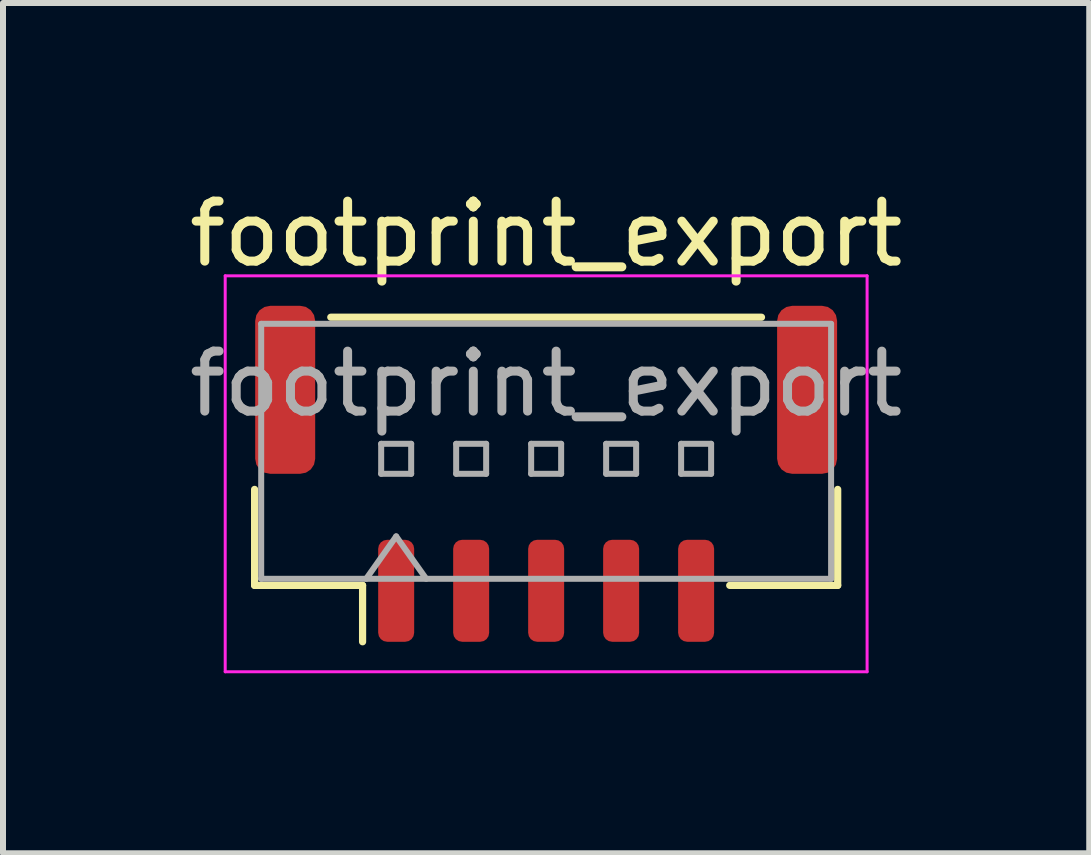
<source format=kicad_pcb>
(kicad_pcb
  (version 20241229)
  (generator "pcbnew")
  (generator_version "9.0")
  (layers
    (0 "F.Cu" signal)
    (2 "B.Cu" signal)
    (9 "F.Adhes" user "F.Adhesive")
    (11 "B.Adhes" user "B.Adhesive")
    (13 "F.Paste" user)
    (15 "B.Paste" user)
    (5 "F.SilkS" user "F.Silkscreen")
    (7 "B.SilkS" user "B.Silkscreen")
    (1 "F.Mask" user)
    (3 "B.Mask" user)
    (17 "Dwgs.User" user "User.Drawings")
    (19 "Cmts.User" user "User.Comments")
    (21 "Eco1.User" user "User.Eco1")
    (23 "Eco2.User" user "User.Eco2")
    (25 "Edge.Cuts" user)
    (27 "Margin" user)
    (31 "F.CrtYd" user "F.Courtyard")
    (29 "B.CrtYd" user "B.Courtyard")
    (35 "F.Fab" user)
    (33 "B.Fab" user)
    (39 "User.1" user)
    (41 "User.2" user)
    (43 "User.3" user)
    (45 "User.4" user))
  (footprint "footprint_export"
    (layer "F.Cu")
    (at 6.054 4.848)
    (property "Reference" "footprint_export" (at 0 -4 0) (layer "F.SilkS") (effects (font (size 1 1) (thickness 0.15))))
    (attr smd)
    (fp_line (start -4.86 0.26) (end -4.86 1.86) (stroke (width 0.12) (type solid)) (layer "F.SilkS"))
    (fp_line (start -4.86 1.86) (end -3.06 1.86) (stroke (width 0.12) (type solid)) (layer "F.SilkS"))
    (fp_line (start -3.59 -2.61) (end 3.59 -2.61) (stroke (width 0.12) (type solid)) (layer "F.SilkS"))
    (fp_line (start -3.06 1.86) (end -3.06 2.8) (stroke (width 0.12) (type solid)) (layer "F.SilkS"))
    (fp_line (start 4.86 0.26) (end 4.86 1.86) (stroke (width 0.12) (type solid)) (layer "F.SilkS"))
    (fp_line (start 4.86 1.86) (end 3.06 1.86) (stroke (width 0.12) (type solid)) (layer "F.SilkS"))
    (fp_line (start -5.35 -3.3) (end -5.35 3.3) (stroke (width 0.05) (type solid)) (layer "F.CrtYd"))
    (fp_line (start -5.35 3.3) (end 5.35 3.3) (stroke (width 0.05) (type solid)) (layer "F.CrtYd"))
    (fp_line (start 5.35 -3.3) (end -5.35 -3.3) (stroke (width 0.05) (type solid)) (layer "F.CrtYd"))
    (fp_line (start 5.35 3.3) (end 5.35 -3.3) (stroke (width 0.05) (type solid)) (layer "F.CrtYd"))
    (fp_line (start -4.75 -2.5) (end 4.75 -2.5) (stroke (width 0.1) (type solid)) (layer "F.Fab"))
    (fp_line (start -4.75 1.75) (end -4.75 -2.5) (stroke (width 0.1) (type solid)) (layer "F.Fab"))
    (fp_line (start -4.75 1.75) (end 4.75 1.75) (stroke (width 0.1) (type solid)) (layer "F.Fab"))
    (fp_line (start -3 1.75) (end -2.5 1.043) (stroke (width 0.1) (type solid)) (layer "F.Fab"))
    (fp_line (start -2.75 -0.5) (end -2.75 0) (stroke (width 0.1) (type solid)) (layer "F.Fab"))
    (fp_line (start -2.75 0) (end -2.25 0) (stroke (width 0.1) (type solid)) (layer "F.Fab"))
    (fp_line (start -2.5 1.043) (end -2 1.75) (stroke (width 0.1) (type solid)) (layer "F.Fab"))
    (fp_line (start -2.25 -0.5) (end -2.75 -0.5) (stroke (width 0.1) (type solid)) (layer "F.Fab"))
    (fp_line (start -2.25 0) (end -2.25 -0.5) (stroke (width 0.1) (type solid)) (layer "F.Fab"))
    (fp_line (start -1.5 -0.5) (end -1.5 0) (stroke (width 0.1) (type solid)) (layer "F.Fab"))
    (fp_line (start -1.5 0) (end -1 0) (stroke (width 0.1) (type solid)) (layer "F.Fab"))
    (fp_line (start -1 -0.5) (end -1.5 -0.5) (stroke (width 0.1) (type solid)) (layer "F.Fab"))
    (fp_line (start -1 0) (end -1 -0.5) (stroke (width 0.1) (type solid)) (layer "F.Fab"))
    (fp_line (start -0.25 -0.5) (end -0.25 0) (stroke (width 0.1) (type solid)) (layer "F.Fab"))
    (fp_line (start -0.25 0) (end 0.25 0) (stroke (width 0.1) (type solid)) (layer "F.Fab"))
    (fp_line (start 0.25 -0.5) (end -0.25 -0.5) (stroke (width 0.1) (type solid)) (layer "F.Fab"))
    (fp_line (start 0.25 0) (end 0.25 -0.5) (stroke (width 0.1) (type solid)) (layer "F.Fab"))
    (fp_line (start 1 -0.5) (end 1 0) (stroke (width 0.1) (type solid)) (layer "F.Fab"))
    (fp_line (start 1 0) (end 1.5 0) (stroke (width 0.1) (type solid)) (layer "F.Fab"))
    (fp_line (start 1.5 -0.5) (end 1 -0.5) (stroke (width 0.1) (type solid)) (layer "F.Fab"))
    (fp_line (start 1.5 0) (end 1.5 -0.5) (stroke (width 0.1) (type solid)) (layer "F.Fab"))
    (fp_line (start 2.25 -0.5) (end 2.25 0) (stroke (width 0.1) (type solid)) (layer "F.Fab"))
    (fp_line (start 2.25 0) (end 2.75 0) (stroke (width 0.1) (type solid)) (layer "F.Fab"))
    (fp_line (start 2.75 -0.5) (end 2.25 -0.5) (stroke (width 0.1) (type solid)) (layer "F.Fab"))
    (fp_line (start 2.75 0) (end 2.75 -0.5) (stroke (width 0.1) (type solid)) (layer "F.Fab"))
    (fp_line (start 4.75 1.75) (end 4.75 -2.5) (stroke (width 0.1) (type solid)) (layer "F.Fab"))
    (fp_text user "${REFERENCE}" (at 0 -1.5 0) (layer "F.Fab") (effects (font (size 1 1) (thickness 0.15))))
    (pad "1" smd roundrect (at -2.5 1.95) (size 0.6 1.7) (layers "F.Cu" "F.Mask" "F.Paste") (roundrect_rratio 0.25))
    (pad "2" smd roundrect (at -1.25 1.95) (size 0.6 1.7) (layers "F.Cu" "F.Mask" "F.Paste") (roundrect_rratio 0.25))
    (pad "3" smd roundrect (at 0 1.95) (size 0.6 1.7) (layers "F.Cu" "F.Mask" "F.Paste") (roundrect_rratio 0.25))
    (pad "4" smd roundrect (at 1.25 1.95) (size 0.6 1.7) (layers "F.Cu" "F.Mask" "F.Paste") (roundrect_rratio 0.25))
    (pad "5" smd roundrect (at 2.5 1.95) (size 0.6 1.7) (layers "F.Cu" "F.Mask" "F.Paste") (roundrect_rratio 0.25))
    (pad "MP" smd roundrect (at -4.35 -1.4) (size 1 2.8) (layers "F.Cu" "F.Mask" "F.Paste") (roundrect_rratio 0.25))
    (pad "MP" smd roundrect (at 4.35 -1.4) (size 1 2.8) (layers "F.Cu" "F.Mask" "F.Paste") (roundrect_rratio 0.25)))
  (gr_rect
    (start -3 -3)
    (end 15.107 11.173)
    (stroke (width 0.1) (type default))
    (fill no)
    (layer "Edge.Cuts")))
</source>
